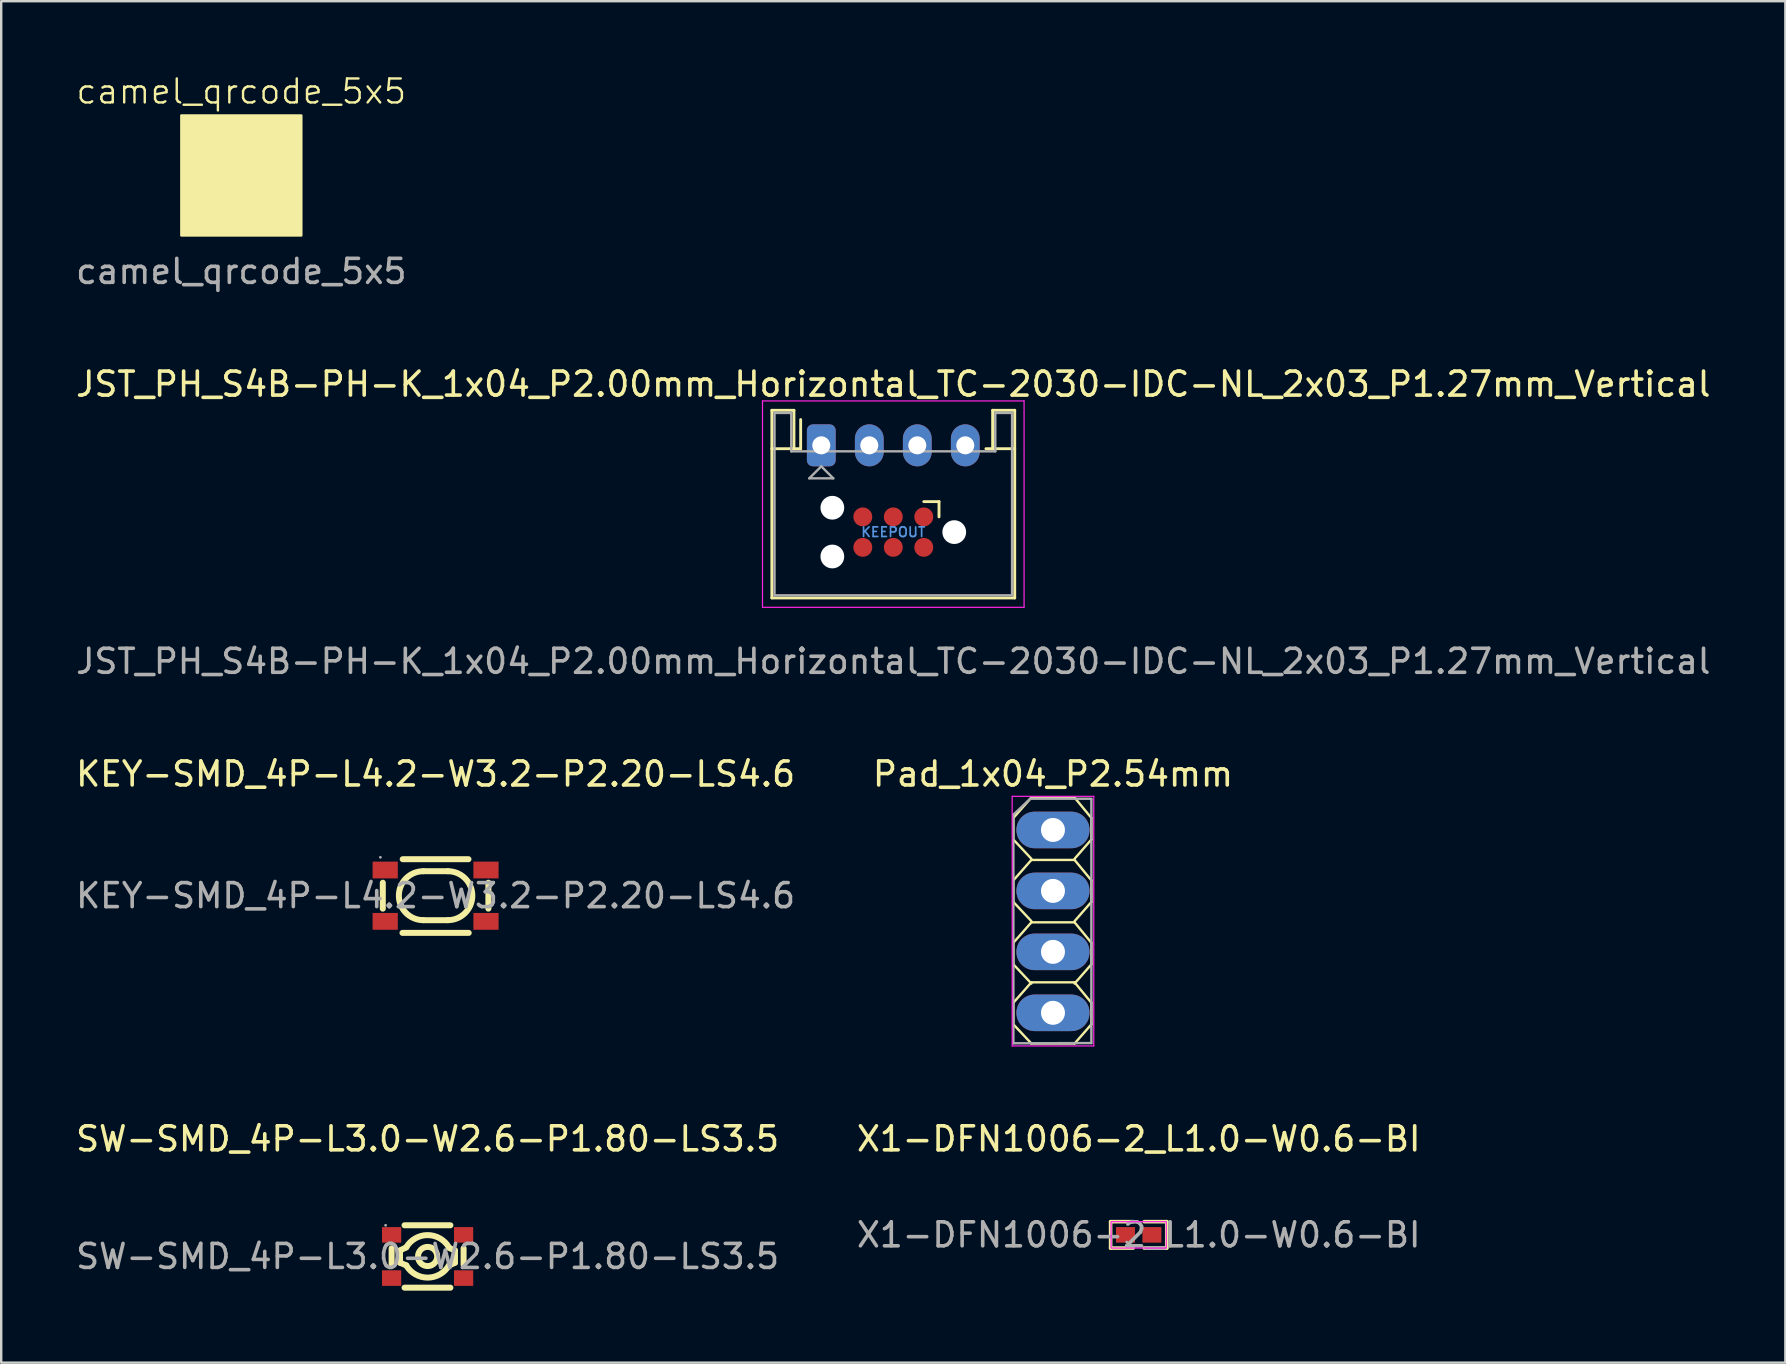
<source format=kicad_pcb>
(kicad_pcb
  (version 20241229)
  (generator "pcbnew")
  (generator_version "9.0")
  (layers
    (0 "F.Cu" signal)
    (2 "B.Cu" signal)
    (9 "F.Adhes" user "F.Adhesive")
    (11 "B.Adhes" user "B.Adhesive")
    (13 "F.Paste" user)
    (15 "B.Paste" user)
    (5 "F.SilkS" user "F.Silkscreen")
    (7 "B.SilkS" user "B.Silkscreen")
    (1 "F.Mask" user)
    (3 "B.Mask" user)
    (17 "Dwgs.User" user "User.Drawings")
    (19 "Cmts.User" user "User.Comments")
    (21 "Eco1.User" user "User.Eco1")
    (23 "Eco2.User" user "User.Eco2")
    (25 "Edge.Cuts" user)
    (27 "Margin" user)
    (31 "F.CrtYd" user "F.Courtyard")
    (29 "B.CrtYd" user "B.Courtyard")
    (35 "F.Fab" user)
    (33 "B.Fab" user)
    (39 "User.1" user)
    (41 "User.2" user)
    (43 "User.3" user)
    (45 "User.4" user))
  (footprint "KEY-SMD_4P-L4.2-W3.2-P2.20-LS4.6"
    (layer "F.Cu")
    (at 15.101 34.273)
    (property "Reference" "KEY-SMD_4P-L4.2-W3.2-P2.20-LS4.6" (at 0 -5.07 0) (layer "F.SilkS") (effects (font (size 1 1) (thickness 0.15))))
    (attr smd)
    (fp_line (start -2.2 -0.54) (end -2.2 0.54) (stroke (width 0.25) (type solid)) (layer "F.SilkS"))
    (fp_line (start -1.38 1.55) (end 1.38 1.55) (stroke (width 0.25) (type solid)) (layer "F.SilkS"))
    (fp_line (start -0.51 -1.02) (end 0.51 -1.02) (stroke (width 0.25) (type solid)) (layer "F.SilkS"))
    (fp_line (start -0.51 1.02) (end 0.51 1.02) (stroke (width 0.25) (type solid)) (layer "F.SilkS"))
    (fp_line (start 1.37 -1.52) (end -1.37 -1.52) (stroke (width 0.25) (type solid)) (layer "F.SilkS"))
    (fp_line (start 2.2 -0.54) (end 2.2 0.54) (stroke (width 0.25) (type solid)) (layer "F.SilkS"))
    (fp_arc (start -0.51 1.02) (mid -1.53 0) (end -0.51 -1.02) (stroke (width 0.25) (type solid)) (layer "F.SilkS"))
    (fp_arc (start 0.51 -1.02) (mid 1.53 0) (end 0.51 1.02) (stroke (width 0.25) (type solid)) (layer "F.SilkS"))
    (fp_circle (center -2.3 -1.6) (end -2.27 -1.6) (stroke (width 0.06) (type solid)) (fill no) (layer "F.Fab"))
    (fp_text user "${REFERENCE}" (at 0 0 0) (layer "F.Fab") (effects (font (size 1 1) (thickness 0.15))))
    (pad "1" smd rect (at -2.1 -1.07) (size 1.05 0.7) (layers "F.Cu" "F.Mask" "F.Paste"))
    (pad "2" smd rect (at 2.1 -1.07) (size 1.05 0.7) (layers "F.Cu" "F.Mask" "F.Paste"))
    (pad "3" smd rect (at -2.1 1.07) (size 1.05 0.7) (layers "F.Cu" "F.Mask" "F.Paste"))
    (pad "4" smd rect (at 2.1 1.07) (size 1.05 0.7) (layers "F.Cu" "F.Mask" "F.Paste")))
  (footprint "SW-SMD_4P-L3.0-W2.6-P1.80-LS3.5"
    (layer "F.Cu")
    (at 14.768 49.307)
    (property "Reference" "SW-SMD_4P-L3.0-W2.6-P1.80-LS3.5" (at 0 -4.9 0) (layer "F.SilkS") (effects (font (size 1 1) (thickness 0.15))))
    (attr smd)
    (fp_line (start -1.5 -0.34) (end -1.5 0.34) (stroke (width 0.25) (type solid)) (layer "F.SilkS"))
    (fp_line (start -1.15 -0.25) (end -1.15 0.26) (stroke (width 0.25) (type solid)) (layer "F.SilkS"))
    (fp_line (start -1.15 0.26) (end -0.89 0.37) (stroke (width 0.25) (type solid)) (layer "F.SilkS"))
    (fp_line (start -0.89 -0.38) (end -1.15 -0.25) (stroke (width 0.25) (type solid)) (layer "F.SilkS"))
    (fp_line (start 0.89 0.38) (end 1.14 0.26) (stroke (width 0.25) (type solid)) (layer "F.SilkS"))
    (fp_line (start 0.95 -1.3) (end -0.96 -1.3) (stroke (width 0.25) (type solid)) (layer "F.SilkS"))
    (fp_line (start 0.95 1.3) (end -0.96 1.3) (stroke (width 0.25) (type solid)) (layer "F.SilkS"))
    (fp_line (start 1.14 -0.25) (end 0.89 -0.36) (stroke (width 0.25) (type solid)) (layer "F.SilkS"))
    (fp_line (start 1.14 0.26) (end 1.14 -0.25) (stroke (width 0.25) (type solid)) (layer "F.SilkS"))
    (fp_line (start 1.5 0.34) (end 1.5 -0.34) (stroke (width 0.25) (type solid)) (layer "F.SilkS"))
    (fp_arc (start -0.891384 -0.377623) (mid -0.001375 -0.890775) (end 0.89 -0.38) (stroke (width 0.25) (type solid)) (layer "F.SilkS"))
    (fp_arc (start 0.891384 0.367623) (mid 0.001375 0.880775) (end -0.89 0.37) (stroke (width 0.25) (type solid)) (layer "F.SilkS"))
    (fp_circle (center 0 0) (end 0.4 0) (stroke (width 0.25) (type solid)) (fill no) (layer "F.SilkS"))
    (fp_circle (center -1.75 -1.3) (end -1.72 -1.3) (stroke (width 0.06) (type solid)) (fill no) (layer "F.Fab"))
    (fp_text user "${REFERENCE}" (at 0 0 0) (layer "F.Fab") (effects (font (size 1 1) (thickness 0.15))))
    (pad "1" smd rect (at -1.5 -0.9) (size 0.8 0.65) (layers "F.Cu" "F.Mask" "F.Paste"))
    (pad "2" smd rect (at 1.5 -0.9) (size 0.8 0.65) (layers "F.Cu" "F.Mask" "F.Paste"))
    (pad "3" smd rect (at -1.5 0.9) (size 0.8 0.65) (layers "F.Cu" "F.Mask" "F.Paste"))
    (pad "4" smd rect (at 1.5 0.9) (size 0.8 0.65) (layers "F.Cu" "F.Mask" "F.Paste")))
  (footprint "camel_qrcode_5x5"
    (layer "F.Cu")
    (at 7.006 4.261)
    (property "Reference" "camel_qrcode_5x5" (at 0 -3.5 0) (unlocked yes) (layer "F.SilkS") (effects (font (size 1 1) (thickness 0.1))))
    (attr smd)
    (fp_rect (start -2.5 -2.5) (end 2.5 2.5) (stroke (width 0.1) (type solid)) (fill yes) (layer "F.SilkS"))
    (fp_text user "${REFERENCE}" (at 0 4 0) (unlocked yes) (layer "F.Fab") (effects (font (size 1 1) (thickness 0.15)))))
  (footprint "Pad_1x04_P2.54mm"
    (layer "F.Cu")
    (at 40.827 31.534)
    (property "Reference" "Pad_1x04_P2.54mm" (at 0 -2.33 0) (layer "F.SilkS") (effects (font (size 1 1) (thickness 0.15))))
    (attr through_hole)
    (fp_line (start -1.65 -0.5) (end -1.65 0.4) (stroke (width 0.1) (type default)) (layer "F.SilkS"))
    (fp_line (start -1.65 0.4) (end -0.9 1.2) (stroke (width 0.1) (type default)) (layer "F.SilkS"))
    (fp_line (start -1.65 2.1) (end -1.65 3) (stroke (width 0.1) (type default)) (layer "F.SilkS"))
    (fp_line (start -1.65 3) (end -0.9 3.8) (stroke (width 0.1) (type default)) (layer "F.SilkS"))
    (fp_line (start -1.65 4.7) (end -1.65 5.6) (stroke (width 0.1) (type default)) (layer "F.SilkS"))
    (fp_line (start -1.65 5.6) (end -0.9 6.4) (stroke (width 0.1) (type default)) (layer "F.SilkS"))
    (fp_line (start -1.65 7.2) (end -1.65 8.1) (stroke (width 0.1) (type default)) (layer "F.SilkS"))
    (fp_line (start -1.65 8.1) (end -0.9 8.9) (stroke (width 0.1) (type default)) (layer "F.SilkS"))
    (fp_line (start -0.9 -1.35) (end -1.65 -0.5) (stroke (width 0.1) (type default)) (layer "F.SilkS"))
    (fp_line (start -0.9 1.25) (end -1.65 2.1) (stroke (width 0.1) (type default)) (layer "F.SilkS"))
    (fp_line (start -0.9 3.85) (end -1.65 4.7) (stroke (width 0.1) (type default)) (layer "F.SilkS"))
    (fp_line (start -0.9 6.35) (end -1.65 7.2) (stroke (width 0.1) (type default)) (layer "F.SilkS"))
    (fp_line (start -0.9 8.9) (end 0.9 8.9) (stroke (width 0.1) (type default)) (layer "F.SilkS"))
    (fp_line (start 0.9 -1.35) (end -0.9 -1.35) (stroke (width 0.1) (type default)) (layer "F.SilkS"))
    (fp_line (start 0.9 1.2) (end 1.6 0.4) (stroke (width 0.1) (type default)) (layer "F.SilkS"))
    (fp_line (start 0.9 1.25) (end -0.9 1.25) (stroke (width 0.1) (type default)) (layer "F.SilkS"))
    (fp_line (start 0.9 3.8) (end 1.6 3) (stroke (width 0.1) (type default)) (layer "F.SilkS"))
    (fp_line (start 0.9 3.85) (end -0.9 3.85) (stroke (width 0.1) (type default)) (layer "F.SilkS"))
    (fp_line (start 0.9 6.35) (end -0.9 6.35) (stroke (width 0.1) (type default)) (layer "F.SilkS"))
    (fp_line (start 0.9 6.4) (end 1.6 5.6) (stroke (width 0.1) (type default)) (layer "F.SilkS"))
    (fp_line (start 0.9 8.9) (end 1.6 8.1) (stroke (width 0.1) (type default)) (layer "F.SilkS"))
    (fp_line (start 1.6 -0.5) (end 0.9 -1.35) (stroke (width 0.1) (type default)) (layer "F.SilkS"))
    (fp_line (start 1.6 0.4) (end 1.6 -0.5) (stroke (width 0.1) (type default)) (layer "F.SilkS"))
    (fp_line (start 1.6 2.1) (end 0.9 1.25) (stroke (width 0.1) (type default)) (layer "F.SilkS"))
    (fp_line (start 1.6 3) (end 1.6 2.1) (stroke (width 0.1) (type default)) (layer "F.SilkS"))
    (fp_line (start 1.6 4.7) (end 0.9 3.85) (stroke (width 0.1) (type default)) (layer "F.SilkS"))
    (fp_line (start 1.6 5.6) (end 1.6 4.7) (stroke (width 0.1) (type default)) (layer "F.SilkS"))
    (fp_line (start 1.6 7.2) (end 0.9 6.35) (stroke (width 0.1) (type default)) (layer "F.SilkS"))
    (fp_line (start 1.6 8.1) (end 1.6 7.2) (stroke (width 0.1) (type default)) (layer "F.SilkS"))
    (fp_line (start -1.7 -1.4) (end -1.7 9) (stroke (width 0.05) (type solid)) (layer "F.CrtYd"))
    (fp_line (start -1.7 9) (end 1.7 9) (stroke (width 0.05) (type solid)) (layer "F.CrtYd"))
    (fp_line (start 1.7 -1.4) (end -1.7 -1.4) (stroke (width 0.05) (type solid)) (layer "F.CrtYd"))
    (fp_line (start 1.7 9) (end 1.7 -1.4) (stroke (width 0.05) (type solid)) (layer "F.CrtYd"))
    (fp_line (start -1.65 8.89) (end -1.65 -0.635) (stroke (width 0.1) (type solid)) (layer "F.Fab"))
    (fp_line (start -0.95 -1.3) (end -1.65 -0.635) (stroke (width 0.1) (type default)) (layer "F.Fab"))
    (fp_line (start -0.95 -1.3) (end 1.6 -1.3) (stroke (width 0.1) (type solid)) (layer "F.Fab"))
    (fp_line (start 1.6 -1.28) (end 1.6 8.88) (stroke (width 0.1) (type solid)) (layer "F.Fab"))
    (fp_line (start 1.6 8.88) (end -1.65 8.89) (stroke (width 0.1) (type solid)) (layer "F.Fab"))
    (pad "1" thru_hole oval (at 0 0) (size 3.048 1.524) (drill 1) (layers "*.Cu" "*.Mask"))
    (pad "2" thru_hole oval (at 0 2.54) (size 3.048 1.524) (drill 1) (layers "*.Cu" "*.Mask"))
    (pad "3" thru_hole oval (at 0 5.08) (size 3.048 1.524) (drill 1) (layers "*.Cu" "*.Mask"))
    (pad "4" thru_hole oval (at 0 7.62) (size 3.048 1.524) (drill 1) (layers "*.Cu" "*.Mask")))
  (footprint "JST_PH_S4B-PH-K_1x04_P2.00mm_Horizontal_TC-2030-IDC-NL_2x03_P1.27mm_Vertical"
    (layer "F.Cu")
    (at 31.173 15.507)
    (property "Reference" "JST_PH_S4B-PH-K_1x04_P2.00mm_Horizontal_TC-2030-IDC-NL_2x03_P1.27mm_Vertical" (at 3 -2.55 0) (layer "F.SilkS") (effects (font (size 1 1) (thickness 0.15))))
    (attr through_hole)
    (fp_line (start -2.06 -1.46) (end -2.06 6.36) (stroke (width 0.12) (type solid)) (layer "F.SilkS"))
    (fp_line (start -2.06 0.14) (end -1.14 0.14) (stroke (width 0.12) (type solid)) (layer "F.SilkS"))
    (fp_line (start -2.06 6.36) (end 8.06 6.36) (stroke (width 0.12) (type solid)) (layer "F.SilkS"))
    (fp_line (start -1.14 -1.46) (end -2.06 -1.46) (stroke (width 0.12) (type solid)) (layer "F.SilkS"))
    (fp_line (start -1.14 0.14) (end -1.14 -1.46) (stroke (width 0.12) (type solid)) (layer "F.SilkS"))
    (fp_line (start -0.86 0.14) (end -1.14 0.14) (stroke (width 0.12) (type solid)) (layer "F.SilkS"))
    (fp_line (start -0.86 0.14) (end -0.86 -1.075) (stroke (width 0.12) (type solid)) (layer "F.SilkS"))
    (fp_line (start 4.27 2.346) (end 4.905 2.346) (stroke (width 0.12) (type solid)) (layer "F.SilkS"))
    (fp_line (start 4.905 2.346) (end 4.905 2.981) (stroke (width 0.12) (type solid)) (layer "F.SilkS"))
    (fp_line (start 7.14 -1.46) (end 7.14 0.14) (stroke (width 0.12) (type solid)) (layer "F.SilkS"))
    (fp_line (start 7.14 0.14) (end 6.86 0.14) (stroke (width 0.12) (type solid)) (layer "F.SilkS"))
    (fp_line (start 8.06 -1.46) (end 7.14 -1.46) (stroke (width 0.12) (type solid)) (layer "F.SilkS"))
    (fp_line (start 8.06 0.14) (end 7.14 0.14) (stroke (width 0.12) (type solid)) (layer "F.SilkS"))
    (fp_line (start 8.06 6.36) (end 8.06 -1.46) (stroke (width 0.12) (type solid)) (layer "F.SilkS"))
    (fp_line (start -2.45 -1.85) (end -2.45 6.75) (stroke (width 0.05) (type solid)) (layer "F.CrtYd"))
    (fp_line (start -2.45 6.75) (end 8.45 6.75) (stroke (width 0.05) (type solid)) (layer "F.CrtYd"))
    (fp_line (start 8.45 -1.85) (end -2.45 -1.85) (stroke (width 0.05) (type solid)) (layer "F.CrtYd"))
    (fp_line (start 8.45 6.75) (end 8.45 -1.85) (stroke (width 0.05) (type solid)) (layer "F.CrtYd"))
    (fp_line (start -1.95 -1.35) (end -1.95 6.25) (stroke (width 0.1) (type solid)) (layer "F.Fab"))
    (fp_line (start -1.95 6.25) (end 7.95 6.25) (stroke (width 0.1) (type solid)) (layer "F.Fab"))
    (fp_line (start -1.25 -1.35) (end -1.95 -1.35) (stroke (width 0.1) (type solid)) (layer "F.Fab"))
    (fp_line (start -1.25 0.25) (end -1.25 -1.35) (stroke (width 0.1) (type solid)) (layer "F.Fab"))
    (fp_line (start -0.5 1.375) (end 0.5 1.375) (stroke (width 0.1) (type solid)) (layer "F.Fab"))
    (fp_line (start 0 0.875) (end -0.5 1.375) (stroke (width 0.1) (type solid)) (layer "F.Fab"))
    (fp_line (start 0.5 1.375) (end 0 0.875) (stroke (width 0.1) (type solid)) (layer "F.Fab"))
    (fp_line (start 7.25 -1.35) (end 7.25 0.25) (stroke (width 0.1) (type solid)) (layer "F.Fab"))
    (fp_line (start 7.25 0.25) (end -1.25 0.25) (stroke (width 0.1) (type solid)) (layer "F.Fab"))
    (fp_line (start 7.95 -1.35) (end 7.25 -1.35) (stroke (width 0.1) (type solid)) (layer "F.Fab"))
    (fp_line (start 7.95 6.25) (end 7.95 -1.35) (stroke (width 0.1) (type solid)) (layer "F.Fab"))
    (fp_text user "KEEPOUT" (at 3 3.616 180) (layer "Cmts.User") (effects (font (size 0.4 0.4) (thickness 0.07))))
    (fp_text user "${REFERENCE}" (at 3 9 0) (layer "F.Fab") (effects (font (size 1 1) (thickness 0.15))))
    (pad "" np_thru_hole circle (at 0.46 2.6 180) (size 0.991 0.991) (drill 0.991) (layers "*.Cu" "*.Mask"))
    (pad "" np_thru_hole circle (at 0.46 4.632 180) (size 0.991 0.991) (drill 0.991) (layers "*.Cu" "*.Mask"))
    (pad "" np_thru_hole circle (at 5.54 3.616 180) (size 0.991 0.991) (drill 0.991) (layers "*.Cu" "*.Mask"))
    (pad "1" thru_hole roundrect (at 0 0) (size 1.2 1.75) (drill 0.75) (layers "*.Cu" "*.Mask") (roundrect_rratio 0.208))
    (pad "2" thru_hole oval (at 2 0) (size 1.2 1.75) (drill 0.75) (layers "*.Cu" "*.Mask"))
    (pad "3" thru_hole oval (at 4 0) (size 1.2 1.75) (drill 0.75) (layers "*.Cu" "*.Mask"))
    (pad "4" thru_hole oval (at 6 0) (size 1.2 1.75) (drill 0.75) (layers "*.Cu" "*.Mask"))
    (pad "5" connect circle (at 4.27 2.981 180) (size 0.787 0.787) (layers "F.Cu" "F.Mask"))
    (pad "6" connect circle (at 4.27 4.251 180) (size 0.787 0.787) (layers "F.Cu" "F.Mask"))
    (pad "7" connect circle (at 3 2.981 180) (size 0.787 0.787) (layers "F.Cu" "F.Mask"))
    (pad "8" connect circle (at 3 4.251 180) (size 0.787 0.787) (layers "F.Cu" "F.Mask"))
    (pad "9" connect circle (at 1.73 2.981 180) (size 0.787 0.787) (layers "F.Cu" "F.Mask"))
    (pad "10" connect circle (at 1.73 4.251 180) (size 0.787 0.787) (layers "F.Cu" "F.Mask"))
    (zone (net_name "") (layer "F.Cu") (hatch full 0.508) (connect_pads) (min_thickness 0.254) (filled_areas_thickness no) (keepout (tracks allowed) (vias not_allowed) (pads allowed) (copperpour not_allowed) (footprints not_allowed)) (placement (enabled no)) (fill) (polygon (pts (xy 32.903 19.758) (xy 35.443 19.758) (xy 35.443 18.488) (xy 32.903 18.488)))))
  (footprint "X1-DFN1006-2_L1.0-W0.6-BI"
    (layer "F.Cu")
    (at 44.399 48.407)
    (property "Reference" "X1-DFN1006-2_L1.0-W0.6-BI" (at 0 -4 0) (layer "F.SilkS") (effects (font (size 1 1) (thickness 0.15))))
    (attr smd)
    (fp_line (start -1.17 -0.55) (end -0.23 -0.55) (stroke (width 0.15) (type solid)) (layer "F.SilkS"))
    (fp_line (start -1.17 0.55) (end -1.17 -0.55) (stroke (width 0.15) (type solid)) (layer "F.SilkS"))
    (fp_line (start -0.23 0.55) (end -1.17 0.55) (stroke (width 0.15) (type solid)) (layer "F.SilkS"))
    (fp_line (start 0.23 0.55) (end 1.17 0.55) (stroke (width 0.15) (type solid)) (layer "F.SilkS"))
    (fp_line (start 1.17 -0.55) (end 0.23 -0.55) (stroke (width 0.15) (type solid)) (layer "F.SilkS"))
    (fp_line (start 1.17 0.55) (end 1.17 -0.55) (stroke (width 0.15) (type solid)) (layer "F.SilkS"))
    (fp_rect (start -1.15 -0.55) (end 1.15 0.55) (stroke (width 0.05) (type default)) (fill no) (layer "F.CrtYd"))
    (fp_circle (center -0.5 0.3) (end -0.47 0.3) (stroke (width 0.06) (type solid)) (fill no) (layer "F.Fab"))
    (fp_text user "${REFERENCE}" (at 0 0 0) (layer "F.Fab") (effects (font (size 1 1) (thickness 0.15))))
    (pad "1" smd rect (at -0.55 0) (size 0.79 0.65) (layers "F.Cu" "F.Mask" "F.Paste"))
    (pad "2" smd rect (at 0.55 0) (size 0.79 0.65) (layers "F.Cu" "F.Mask" "F.Paste")))
  (gr_rect
    (start -3 -3)
    (end 71.345 53.732)
    (stroke (width 0.1) (type default))
    (fill no)
    (layer "Edge.Cuts")))
</source>
